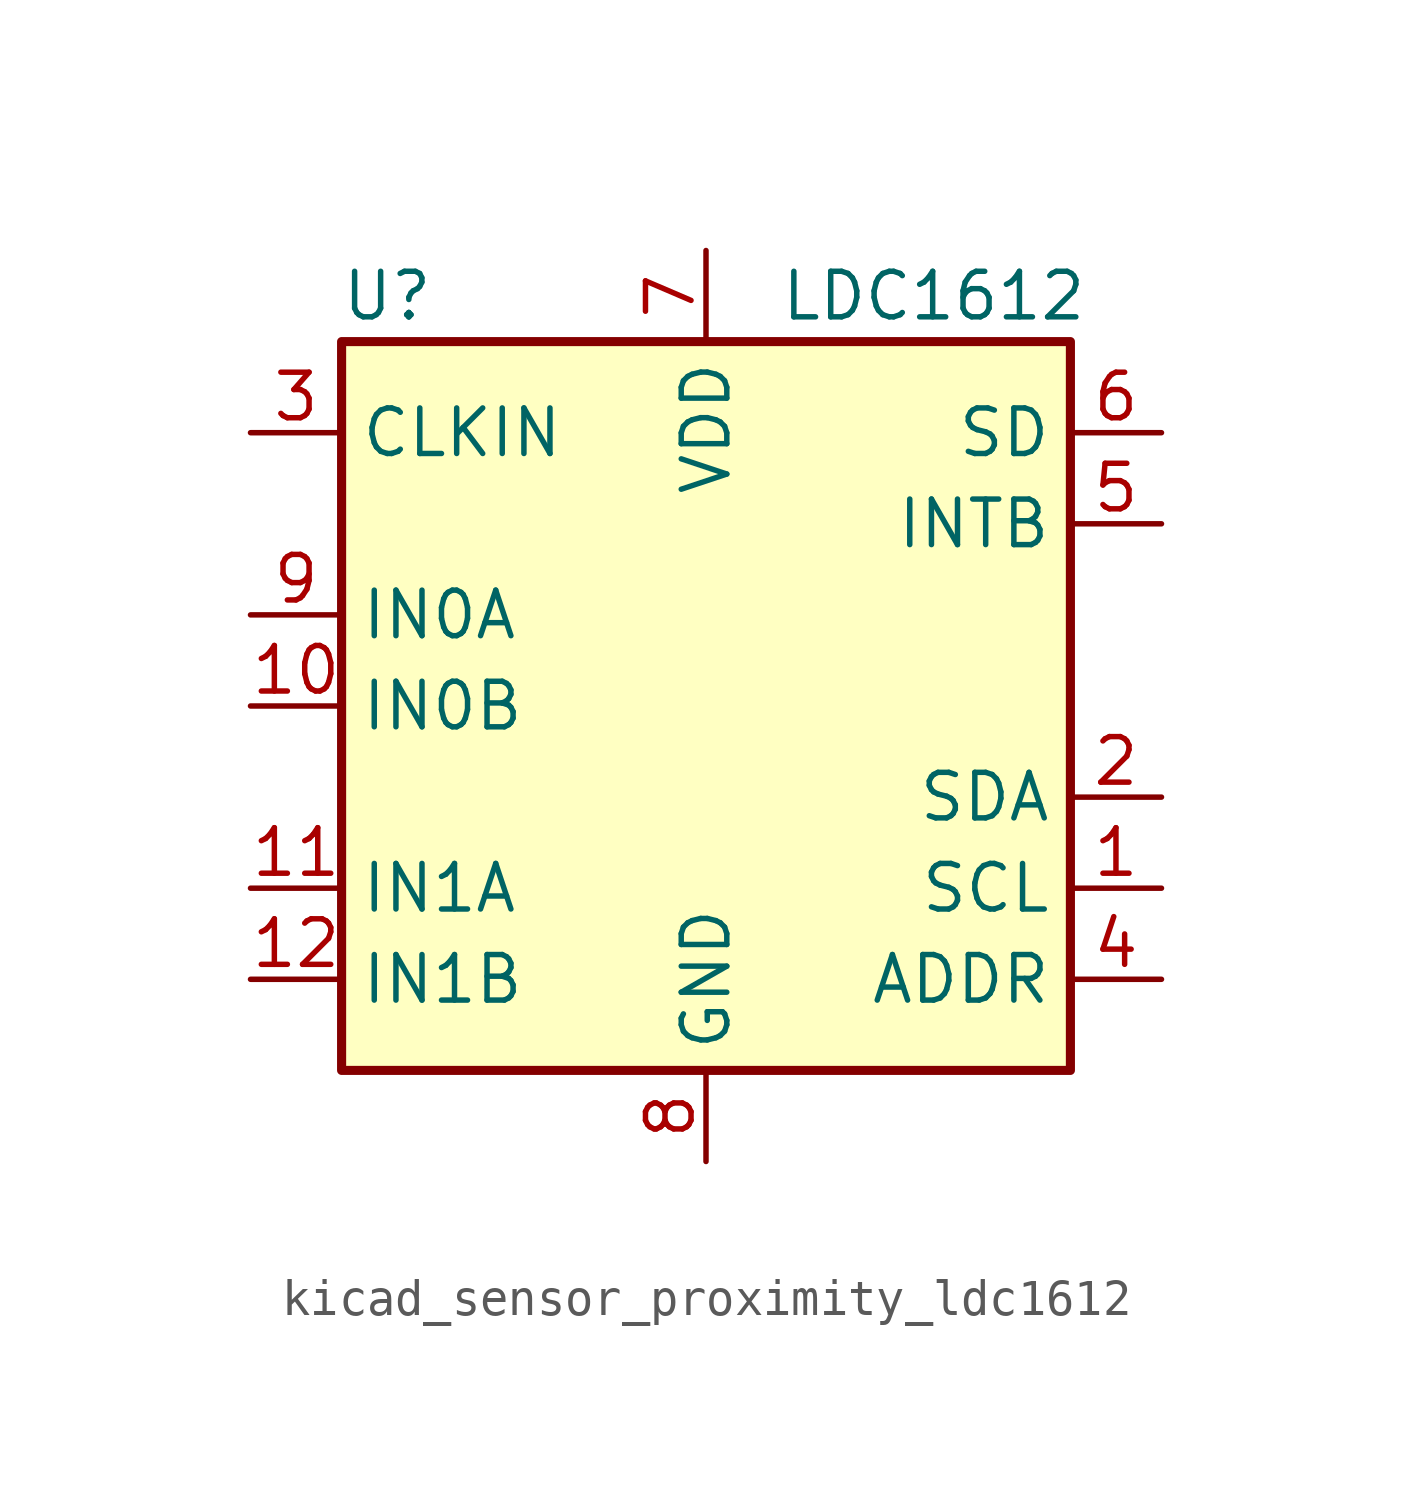
<source format=kicad_sym>
(kicad_symbol_lib
  (version 20220914)
  (generator kicad_symbol_editor)
  (symbol "kicad_sensor_proximity_ldc1612"
    (property "Reference" "U"
      (at -8.89 11.43 0)
      (effects (font (size 1.27 1.27))))
    (property "Value" "LDC1612"
      (at 6.35 11.43 0)
      (effects (font (size 1.27 1.27))))
    (symbol "kicad_sensor_proximity_ldc1612_0_1"
      (rectangle (start -10.16 -10.16) (end 10.16 10.16) (stroke (width 0.254) (type default)) (fill (type background))))
    (symbol "kicad_sensor_proximity_ldc1612_1_1"
      (pin input line (at 12.7 -5.08 180) (length 2.54) (name "SCL" (effects (font (size 1.27 1.27)))) (number "1" (effects (font (size 1.27 1.27)))))
      (pin input line (at -12.7 0 0) (length 2.54) (name "IN0B" (effects (font (size 1.27 1.27)))) (number "10" (effects (font (size 1.27 1.27)))))
      (pin input line (at -12.7 -5.08 0) (length 2.54) (name "IN1A" (effects (font (size 1.27 1.27)))) (number "11" (effects (font (size 1.27 1.27)))))
      (pin input line (at -12.7 -7.62 0) (length 2.54) (name "IN1B" (effects (font (size 1.27 1.27)))) (number "12" (effects (font (size 1.27 1.27)))))
      (pin passive line (at 0 -12.7 90) (length 2.54) hide (name "GND" (effects (font (size 1.27 1.27)))) (number "13" (effects (font (size 1.27 1.27)))))
      (pin bidirectional line (at 12.7 -2.54 180) (length 2.54) (name "SDA" (effects (font (size 1.27 1.27)))) (number "2" (effects (font (size 1.27 1.27)))))
      (pin input line (at -12.7 7.62 0) (length 2.54) (name "CLKIN" (effects (font (size 1.27 1.27)))) (number "3" (effects (font (size 1.27 1.27)))))
      (pin input line (at 12.7 -7.62 180) (length 2.54) (name "ADDR" (effects (font (size 1.27 1.27)))) (number "4" (effects (font (size 1.27 1.27)))))
      (pin open_collector line (at 12.7 5.08 180) (length 2.54) (name "INTB" (effects (font (size 1.27 1.27)))) (number "5" (effects (font (size 1.27 1.27)))))
      (pin input line (at 12.7 7.62 180) (length 2.54) (name "SD" (effects (font (size 1.27 1.27)))) (number "6" (effects (font (size 1.27 1.27)))))
      (pin power_in line (at 0 12.7 270) (length 2.54) (name "VDD" (effects (font (size 1.27 1.27)))) (number "7" (effects (font (size 1.27 1.27)))))
      (pin power_in line (at 0 -12.7 90) (length 2.54) (name "GND" (effects (font (size 1.27 1.27)))) (number "8" (effects (font (size 1.27 1.27)))))
      (pin input line (at -12.7 2.54 0) (length 2.54) (name "IN0A" (effects (font (size 1.27 1.27)))) (number "9" (effects (font (size 1.27 1.27))))))))
</source>
